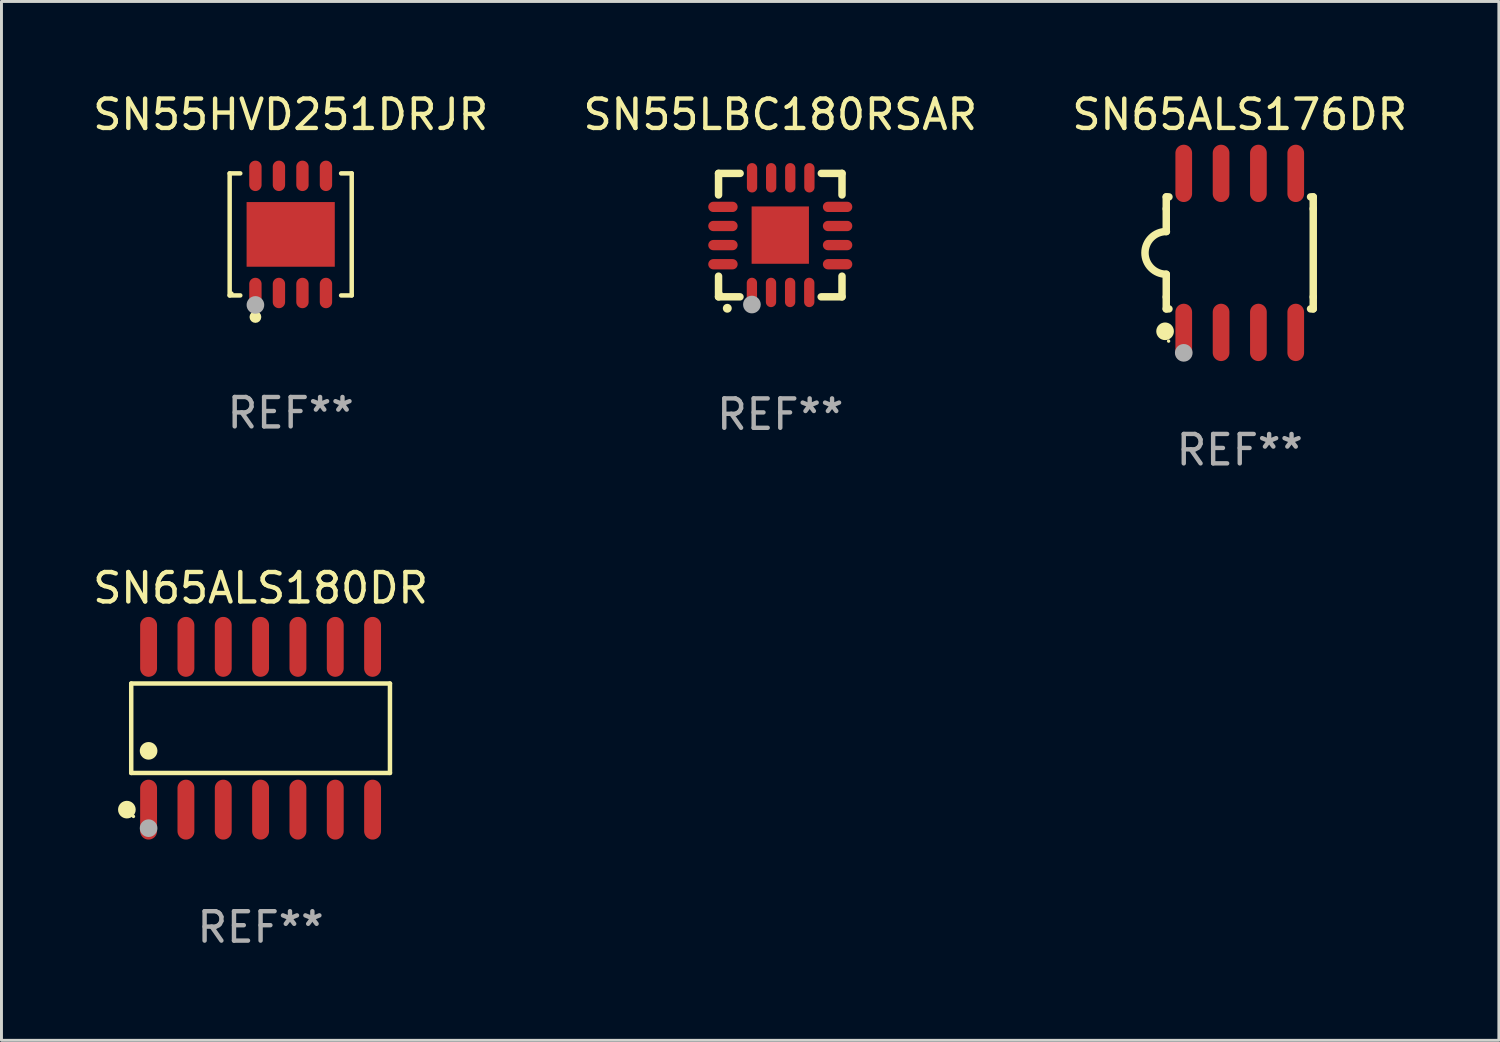
<source format=kicad_pcb>
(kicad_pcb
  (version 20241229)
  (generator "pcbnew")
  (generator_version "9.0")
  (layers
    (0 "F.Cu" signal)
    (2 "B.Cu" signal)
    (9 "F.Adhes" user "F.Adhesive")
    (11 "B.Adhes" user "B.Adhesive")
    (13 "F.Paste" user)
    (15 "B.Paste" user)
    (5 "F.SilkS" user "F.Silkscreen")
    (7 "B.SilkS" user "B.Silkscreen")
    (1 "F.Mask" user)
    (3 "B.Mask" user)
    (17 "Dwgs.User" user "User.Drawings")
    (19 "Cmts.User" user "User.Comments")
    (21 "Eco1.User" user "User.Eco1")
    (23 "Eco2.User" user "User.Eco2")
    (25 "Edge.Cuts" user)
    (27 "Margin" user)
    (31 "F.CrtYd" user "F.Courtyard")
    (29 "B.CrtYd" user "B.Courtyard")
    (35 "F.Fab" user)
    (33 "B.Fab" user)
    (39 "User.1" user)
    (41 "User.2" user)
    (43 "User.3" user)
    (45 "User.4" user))
  (footprint "SN65ALS176DR"
    (layer "F.Cu")
    (at 39.125 5.553)
    (property "Reference" "SN65ALS176DR" (at 0 -4.705 0) (layer "F.SilkS") (effects (font (size 1 1) (thickness 0.15))))
    (attr through_hole)
    (fp_line (start -2.5 -1.905) (end -2.409 -1.905) (stroke (width 0.254) (type solid)) (layer "F.SilkS"))
    (fp_line (start -2.5 -1.5) (end -2.5 -1.905) (stroke (width 0.254) (type solid)) (layer "F.SilkS"))
    (fp_line (start -2.5 -1.5) (end -2.5 -0.726) (stroke (width 0.254) (type solid)) (layer "F.SilkS"))
    (fp_line (start -2.5 1.5) (end -2.5 0.727) (stroke (width 0.254) (type solid)) (layer "F.SilkS"))
    (fp_line (start -2.5 1.5) (end -2.5 1.905) (stroke (width 0.254) (type solid)) (layer "F.SilkS"))
    (fp_line (start -2.5 1.905) (end -2.409 1.905) (stroke (width 0.254) (type solid)) (layer "F.SilkS"))
    (fp_line (start 2.5 -1.905) (end 2.409 -1.905) (stroke (width 0.254) (type solid)) (layer "F.SilkS"))
    (fp_line (start 2.5 -1.5) (end 2.5 -1.905) (stroke (width 0.254) (type solid)) (layer "F.SilkS"))
    (fp_line (start 2.5 -1.5) (end 2.5 1.5) (stroke (width 0.254) (type solid)) (layer "F.SilkS"))
    (fp_line (start 2.5 1.5) (end 2.5 1.905) (stroke (width 0.254) (type solid)) (layer "F.SilkS"))
    (fp_line (start 2.5 1.905) (end 2.409 1.905) (stroke (width 0.254) (type solid)) (layer "F.SilkS"))
    (fp_arc (start -2.5 0.726568) (mid -3.220316 -0.0023) (end -2.495097 -0.726289) (stroke (width 0.254001) (type solid)) (layer "F.SilkS"))
    (fp_circle (center -2.54 2.667) (end -2.39 2.667) (stroke (width 0.3) (type solid)) (fill no) (layer "F.SilkS"))
    (fp_circle (center -2.42 3) (end -2.39 3) (stroke (width 0.06) (type solid)) (fill no) (layer "F.SilkS"))
    (fp_circle (center -1.905 3.4) (end -1.755 3.4) (stroke (width 0.3) (type solid)) (fill no) (layer "F.Fab"))
    (fp_text user "REF**" (at 0 6.705 0) (layer "F.Fab") (effects (font (size 1 1) (thickness 0.15))))
    (pad "1" smd oval (at -1.905 2.705) (size 0.568 1.95) (layers "F.Cu" "F.Mask" "F.Paste"))
    (pad "2" smd oval (at -0.635 2.705) (size 0.568 1.95) (layers "F.Cu" "F.Mask" "F.Paste"))
    (pad "3" smd oval (at 0.635 2.705) (size 0.568 1.95) (layers "F.Cu" "F.Mask" "F.Paste"))
    (pad "4" smd oval (at 1.905 2.705) (size 0.568 1.95) (layers "F.Cu" "F.Mask" "F.Paste"))
    (pad "5" smd oval (at 1.905 -2.705) (size 0.568 1.95) (layers "F.Cu" "F.Mask" "F.Paste"))
    (pad "6" smd oval (at 0.635 -2.705) (size 0.568 1.95) (layers "F.Cu" "F.Mask" "F.Paste"))
    (pad "7" smd oval (at -0.635 -2.705) (size 0.568 1.95) (layers "F.Cu" "F.Mask" "F.Paste"))
    (pad "8" smd oval (at -1.905 -2.705) (size 0.568 1.95) (layers "F.Cu" "F.Mask" "F.Paste")))
  (footprint "SN55LBC180RSAR"
    (layer "F.Cu")
    (at 23.494 4.948)
    (property "Reference" "SN55LBC180RSAR" (at 0 -4.1 0) (layer "F.SilkS") (effects (font (size 1 1) (thickness 0.15))))
    (attr through_hole)
    (fp_line (start -2.1 -2.1) (end -1.366 -2.1) (stroke (width 0.254) (type solid)) (layer "F.SilkS"))
    (fp_line (start -2.1 -1.366) (end -2.1 -2.1) (stroke (width 0.254) (type solid)) (layer "F.SilkS"))
    (fp_line (start -2.1 2.1) (end -2.1 1.397) (stroke (width 0.254) (type solid)) (layer "F.SilkS"))
    (fp_line (start -2.1 2.1) (end -1.371 2.1) (stroke (width 0.254) (type solid)) (layer "F.SilkS"))
    (fp_line (start 1.392 2.1) (end 2.1 2.1) (stroke (width 0.254) (type solid)) (layer "F.SilkS"))
    (fp_line (start 1.397 -2.1) (end 2.1 -2.1) (stroke (width 0.254) (type solid)) (layer "F.SilkS"))
    (fp_line (start 2.1 -1.366) (end 2.1 -2.1) (stroke (width 0.254) (type solid)) (layer "F.SilkS"))
    (fp_line (start 2.1 2.1) (end 2.1 1.397) (stroke (width 0.254) (type solid)) (layer "F.SilkS"))
    (fp_arc (start -1.803404 2.489205) (mid -1.802134 2.4892) (end -1.800864 2.489205) (stroke (width 0.3) (type solid)) (layer "F.SilkS"))
    (fp_circle (center -2 2) (end -1.97 2) (stroke (width 0.06) (type solid)) (fill no) (layer "F.SilkS"))
    (fp_circle (center -0.965 2.362) (end -0.815 2.362) (stroke (width 0.3) (type solid)) (fill no) (layer "F.Fab"))
    (fp_text user "REF**" (at 0 6.1 0) (layer "F.Fab") (effects (font (size 1 1) (thickness 0.15))))
    (pad "1" smd oval (at -0.965 1.95) (size 0.35 1) (layers "F.Cu" "F.Mask" "F.Paste"))
    (pad "2" smd oval (at -0.315 1.95) (size 0.35 1) (layers "F.Cu" "F.Mask" "F.Paste"))
    (pad "3" smd oval (at 0.335 1.95) (size 0.35 1) (layers "F.Cu" "F.Mask" "F.Paste"))
    (pad "4" smd oval (at 0.986 1.95) (size 0.35 1) (layers "F.Cu" "F.Mask" "F.Paste"))
    (pad "5" smd oval (at 1.95 0.991) (size 1 0.35) (layers "F.Cu" "F.Mask" "F.Paste"))
    (pad "6" smd oval (at 1.95 0.34) (size 1 0.35) (layers "F.Cu" "F.Mask" "F.Paste"))
    (pad "7" smd oval (at 1.95 -0.31) (size 1 0.35) (layers "F.Cu" "F.Mask" "F.Paste"))
    (pad "8" smd oval (at 1.95 -0.96) (size 1 0.35) (layers "F.Cu" "F.Mask" "F.Paste"))
    (pad "9" smd oval (at 0.991 -1.95) (size 0.35 1) (layers "F.Cu" "F.Mask" "F.Paste"))
    (pad "10" smd oval (at 0.34 -1.95) (size 0.35 1) (layers "F.Cu" "F.Mask" "F.Paste"))
    (pad "11" smd oval (at -0.31 -1.95) (size 0.35 1) (layers "F.Cu" "F.Mask" "F.Paste"))
    (pad "12" smd oval (at -0.96 -1.95) (size 0.35 1) (layers "F.Cu" "F.Mask" "F.Paste"))
    (pad "13" smd oval (at -1.95 -0.96) (size 1 0.35) (layers "F.Cu" "F.Mask" "F.Paste"))
    (pad "14" smd oval (at -1.95 -0.31) (size 1 0.35) (layers "F.Cu" "F.Mask" "F.Paste"))
    (pad "15" smd oval (at -1.95 0.34) (size 1 0.35) (layers "F.Cu" "F.Mask" "F.Paste"))
    (pad "16" smd oval (at -1.95 0.991) (size 1 0.35) (layers "F.Cu" "F.Mask" "F.Paste"))
    (pad "17" smd rect (at 0 0) (size 1.95 1.95) (layers "F.Cu" "F.Mask" "F.Paste")))
  (footprint "SN65ALS180DR"
    (layer "F.Cu")
    (at 5.815 21.724)
    (property "Reference" "SN65ALS180DR" (at 0 -4.769 0) (layer "F.SilkS") (effects (font (size 1 1) (thickness 0.15))))
    (attr through_hole)
    (fp_line (start -4.401 -1.521) (end 4.401 -1.521) (stroke (width 0.152) (type solid)) (layer "F.SilkS"))
    (fp_line (start -4.401 1.521) (end -4.401 -1.521) (stroke (width 0.152) (type solid)) (layer "F.SilkS"))
    (fp_line (start 4.401 -1.521) (end 4.401 1.521) (stroke (width 0.152) (type solid)) (layer "F.SilkS"))
    (fp_line (start 4.401 1.521) (end -4.401 1.521) (stroke (width 0.152) (type solid)) (layer "F.SilkS"))
    (fp_circle (center -4.549 2.769) (end -4.399 2.769) (stroke (width 0.3) (type solid)) (fill no) (layer "F.SilkS"))
    (fp_circle (center -4.325 3) (end -4.295 3) (stroke (width 0.06) (type solid)) (fill no) (layer "F.SilkS"))
    (fp_circle (center -3.81 0.769) (end -3.66 0.769) (stroke (width 0.3) (type solid)) (fill no) (layer "F.SilkS"))
    (fp_circle (center -3.81 3.4) (end -3.66 3.4) (stroke (width 0.3) (type solid)) (fill no) (layer "F.Fab"))
    (fp_text user "REF**" (at 0 6.769 0) (layer "F.Fab") (effects (font (size 1 1) (thickness 0.15))))
    (pad "1" smd oval (at -3.81 2.769) (size 0.574 2.038) (layers "F.Cu" "F.Mask" "F.Paste"))
    (pad "2" smd oval (at -2.54 2.769) (size 0.574 2.038) (layers "F.Cu" "F.Mask" "F.Paste"))
    (pad "3" smd oval (at -1.27 2.769) (size 0.574 2.038) (layers "F.Cu" "F.Mask" "F.Paste"))
    (pad "4" smd oval (at 0 2.769) (size 0.574 2.038) (layers "F.Cu" "F.Mask" "F.Paste"))
    (pad "5" smd oval (at 1.27 2.769) (size 0.574 2.038) (layers "F.Cu" "F.Mask" "F.Paste"))
    (pad "6" smd oval (at 2.54 2.769) (size 0.574 2.038) (layers "F.Cu" "F.Mask" "F.Paste"))
    (pad "7" smd oval (at 3.81 2.769) (size 0.574 2.038) (layers "F.Cu" "F.Mask" "F.Paste"))
    (pad "8" smd oval (at 3.81 -2.769) (size 0.574 2.038) (layers "F.Cu" "F.Mask" "F.Paste"))
    (pad "9" smd oval (at 2.54 -2.769) (size 0.574 2.038) (layers "F.Cu" "F.Mask" "F.Paste"))
    (pad "10" smd oval (at 1.27 -2.769) (size 0.574 2.038) (layers "F.Cu" "F.Mask" "F.Paste"))
    (pad "11" smd oval (at 0 -2.769) (size 0.574 2.038) (layers "F.Cu" "F.Mask" "F.Paste"))
    (pad "12" smd oval (at -1.27 -2.769) (size 0.574 2.038) (layers "F.Cu" "F.Mask" "F.Paste"))
    (pad "13" smd oval (at -2.54 -2.769) (size 0.574 2.038) (layers "F.Cu" "F.Mask" "F.Paste"))
    (pad "14" smd oval (at -3.81 -2.769) (size 0.574 2.038) (layers "F.Cu" "F.Mask" "F.Paste")))
  (footprint "SN55HVD251DRJR"
    (layer "F.Cu")
    (at 6.839 4.924)
    (property "Reference" "SN55HVD251DRJR" (at 0 -4.076 0) (layer "F.SilkS") (effects (font (size 1 1) (thickness 0.15))))
    (attr through_hole)
    (fp_line (start -2.076 -2.076) (end -1.715 -2.076) (stroke (width 0.152) (type solid)) (layer "F.SilkS"))
    (fp_line (start -2.076 2.076) (end -2.076 -2.076) (stroke (width 0.152) (type solid)) (layer "F.SilkS"))
    (fp_line (start -2.076 2.076) (end -1.715 2.076) (stroke (width 0.152) (type solid)) (layer "F.SilkS"))
    (fp_line (start 2.076 -2.076) (end 1.715 -2.076) (stroke (width 0.152) (type solid)) (layer "F.SilkS"))
    (fp_line (start 2.076 -2.076) (end 2.076 2.076) (stroke (width 0.152) (type solid)) (layer "F.SilkS"))
    (fp_line (start 2.076 2.076) (end 1.715 2.076) (stroke (width 0.152) (type solid)) (layer "F.SilkS"))
    (fp_circle (center -2 2) (end -1.97 2) (stroke (width 0.06) (type solid)) (fill no) (layer "F.SilkS"))
    (fp_circle (center -1.2 2.81) (end -1.1 2.81) (stroke (width 0.2) (type solid)) (fill no) (layer "F.SilkS"))
    (fp_circle (center -1.2 2.4) (end -1.05 2.4) (stroke (width 0.3) (type solid)) (fill no) (layer "F.Fab"))
    (fp_text user "REF**" (at 0 6.076 0) (layer "F.Fab") (effects (font (size 1 1) (thickness 0.15))))
    (pad "1" smd oval (at -1.2 1.993) (size 0.42 1.035) (layers "F.Cu" "F.Mask" "F.Paste"))
    (pad "2" smd oval (at -0.4 1.993) (size 0.42 1.035) (layers "F.Cu" "F.Mask" "F.Paste"))
    (pad "3" smd oval (at 0.4 1.993) (size 0.42 1.035) (layers "F.Cu" "F.Mask" "F.Paste"))
    (pad "4" smd oval (at 1.2 1.993) (size 0.42 1.035) (layers "F.Cu" "F.Mask" "F.Paste"))
    (pad "5" smd oval (at 1.2 -1.992) (size 0.42 1.035) (layers "F.Cu" "F.Mask" "F.Paste"))
    (pad "6" smd oval (at 0.4 -1.992) (size 0.42 1.035) (layers "F.Cu" "F.Mask" "F.Paste"))
    (pad "7" smd oval (at -0.4 -1.992) (size 0.42 1.035) (layers "F.Cu" "F.Mask" "F.Paste"))
    (pad "8" smd oval (at -1.2 -1.992) (size 0.42 1.035) (layers "F.Cu" "F.Mask" "F.Paste"))
    (pad "9" smd rect (at 0 0) (size 3 2.2) (layers "F.Cu" "F.Mask" "F.Paste")))
  (gr_rect
    (start -3 -3)
    (end 47.94 32.341)
    (stroke (width 0.1) (type default))
    (fill no)
    (layer "Edge.Cuts")))
</source>
